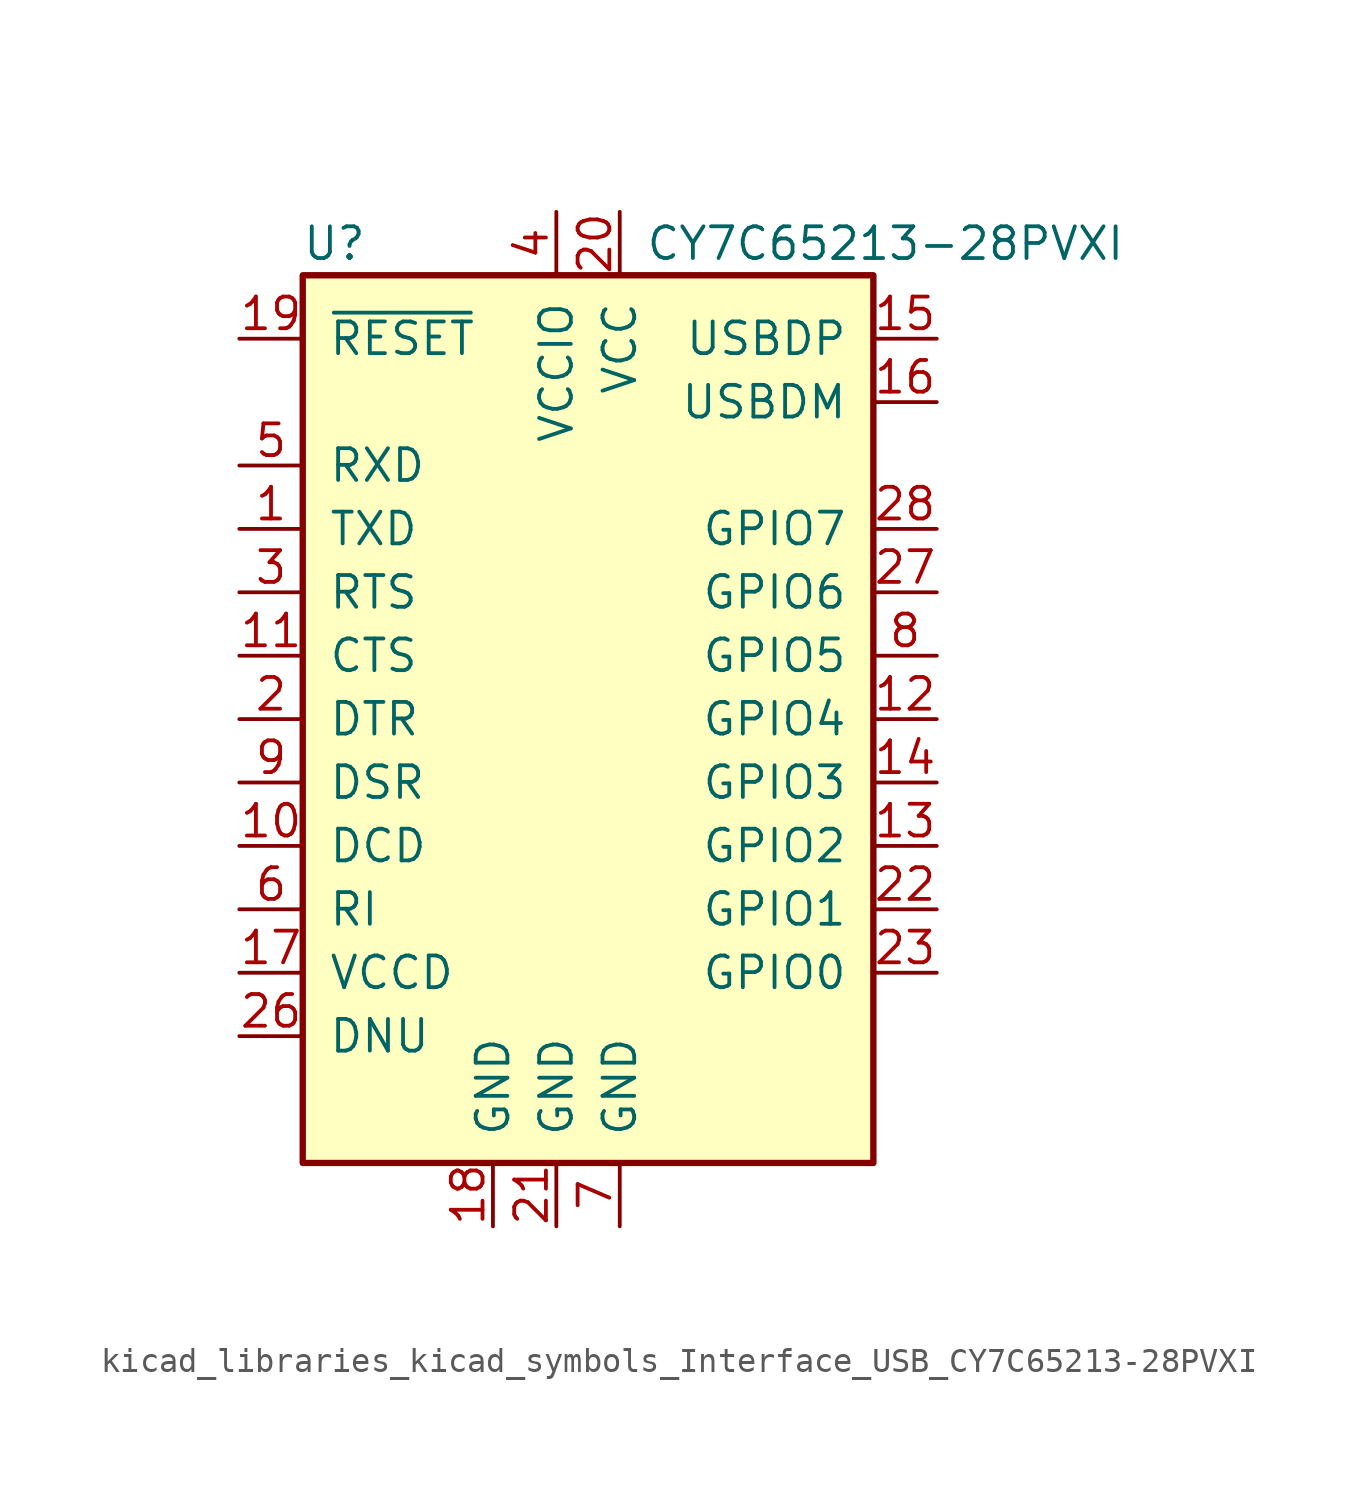
<source format=kicad_sym>
(kicad_symbol_lib
  (version 20220914)
  (generator kicad_symbol_editor)
  (symbol "kicad_libraries_kicad_symbols_Interface_USB_CY7C65213-28PVXI"
    (pin_names
      (offset 1.016))
    (property "Reference" "U"
      (at -8.89 19.05 0)
      (effects (font (size 1.27 1.27))))
    (property "Value" "CY7C65213-28PVXI"
      (at 3.556 19.05 0)
      (effects (font (size 1.27 1.27)) (justify left)))
    (symbol "kicad_libraries_kicad_symbols_Interface_USB_CY7C65213-28PVXI_0_1"
      (rectangle (start -10.16 17.78) (end 12.7 -17.78) (stroke (width 0.254) (type default)) (fill (type background))))
    (symbol "kicad_libraries_kicad_symbols_Interface_USB_CY7C65213-28PVXI_1_1"
      (pin output line (at -12.7 7.62 0) (length 2.54) (name "TXD" (effects (font (size 1.27 1.27)))) (number "1" (effects (font (size 1.27 1.27)))))
      (pin input line (at -12.7 -5.08 0) (length 2.54) (name "DCD" (effects (font (size 1.27 1.27)))) (number "10" (effects (font (size 1.27 1.27)))))
      (pin input line (at -12.7 2.54 0) (length 2.54) (name "CTS" (effects (font (size 1.27 1.27)))) (number "11" (effects (font (size 1.27 1.27)))))
      (pin bidirectional line (at 15.24 0 180) (length 2.54) (name "GPIO4" (effects (font (size 1.27 1.27)))) (number "12" (effects (font (size 1.27 1.27)))))
      (pin tri_state line (at 15.24 -5.08 180) (length 2.54) (name "GPIO2" (effects (font (size 1.27 1.27)))) (number "13" (effects (font (size 1.27 1.27)))))
      (pin bidirectional line (at 15.24 -2.54 180) (length 2.54) (name "GPIO3" (effects (font (size 1.27 1.27)))) (number "14" (effects (font (size 1.27 1.27)))))
      (pin bidirectional line (at 15.24 15.24 180) (length 2.54) (name "USBDP" (effects (font (size 1.27 1.27)))) (number "15" (effects (font (size 1.27 1.27)))))
      (pin bidirectional line (at 15.24 12.7 180) (length 2.54) (name "USBDM" (effects (font (size 1.27 1.27)))) (number "16" (effects (font (size 1.27 1.27)))))
      (pin passive line (at -12.7 -10.16 0) (length 2.54) (name "VCCD" (effects (font (size 1.27 1.27)))) (number "17" (effects (font (size 1.27 1.27)))))
      (pin power_in line (at -2.54 -20.32 90) (length 2.54) (name "GND" (effects (font (size 1.27 1.27)))) (number "18" (effects (font (size 1.27 1.27)))))
      (pin bidirectional line (at -12.7 15.24 0) (length 2.54) (name "~{RESET}" (effects (font (size 1.27 1.27)))) (number "19" (effects (font (size 1.27 1.27)))))
      (pin output line (at -12.7 0 0) (length 2.54) (name "DTR" (effects (font (size 1.27 1.27)))) (number "2" (effects (font (size 1.27 1.27)))))
      (pin power_in line (at 2.54 20.32 270) (length 2.54) (name "VCC" (effects (font (size 1.27 1.27)))) (number "20" (effects (font (size 1.27 1.27)))))
      (pin power_in line (at 0 -20.32 90) (length 2.54) (name "GND" (effects (font (size 1.27 1.27)))) (number "21" (effects (font (size 1.27 1.27)))))
      (pin bidirectional line (at 15.24 -7.62 180) (length 2.54) (name "GPIO1" (effects (font (size 1.27 1.27)))) (number "22" (effects (font (size 1.27 1.27)))))
      (pin bidirectional line (at 15.24 -10.16 180) (length 2.54) (name "GPIO0" (effects (font (size 1.27 1.27)))) (number "23" (effects (font (size 1.27 1.27)))))
      (pin no_connect line (at 12.7 -15.24 180) (length 2.54) hide (name "NC" (effects (font (size 1.27 1.27)))) (number "24" (effects (font (size 1.27 1.27)))))
      (pin no_connect line (at 12.7 -12.7 180) (length 2.54) hide (name "NC" (effects (font (size 1.27 1.27)))) (number "25" (effects (font (size 1.27 1.27)))))
      (pin passive line (at -12.7 -12.7 0) (length 2.54) (name "DNU" (effects (font (size 1.27 1.27)))) (number "26" (effects (font (size 1.27 1.27)))))
      (pin tri_state line (at 15.24 5.08 180) (length 2.54) (name "GPIO6" (effects (font (size 1.27 1.27)))) (number "27" (effects (font (size 1.27 1.27)))))
      (pin tri_state line (at 15.24 7.62 180) (length 2.54) (name "GPIO7" (effects (font (size 1.27 1.27)))) (number "28" (effects (font (size 1.27 1.27)))))
      (pin output line (at -12.7 5.08 0) (length 2.54) (name "RTS" (effects (font (size 1.27 1.27)))) (number "3" (effects (font (size 1.27 1.27)))))
      (pin power_in line (at 0 20.32 270) (length 2.54) (name "VCCIO" (effects (font (size 1.27 1.27)))) (number "4" (effects (font (size 1.27 1.27)))))
      (pin input line (at -12.7 10.16 0) (length 2.54) (name "RXD" (effects (font (size 1.27 1.27)))) (number "5" (effects (font (size 1.27 1.27)))))
      (pin input line (at -12.7 -7.62 0) (length 2.54) (name "RI" (effects (font (size 1.27 1.27)))) (number "6" (effects (font (size 1.27 1.27)))))
      (pin power_in line (at 2.54 -20.32 90) (length 2.54) (name "GND" (effects (font (size 1.27 1.27)))) (number "7" (effects (font (size 1.27 1.27)))))
      (pin tri_state line (at 15.24 2.54 180) (length 2.54) (name "GPIO5" (effects (font (size 1.27 1.27)))) (number "8" (effects (font (size 1.27 1.27)))))
      (pin input line (at -12.7 -2.54 0) (length 2.54) (name "DSR" (effects (font (size 1.27 1.27)))) (number "9" (effects (font (size 1.27 1.27))))))))
</source>
